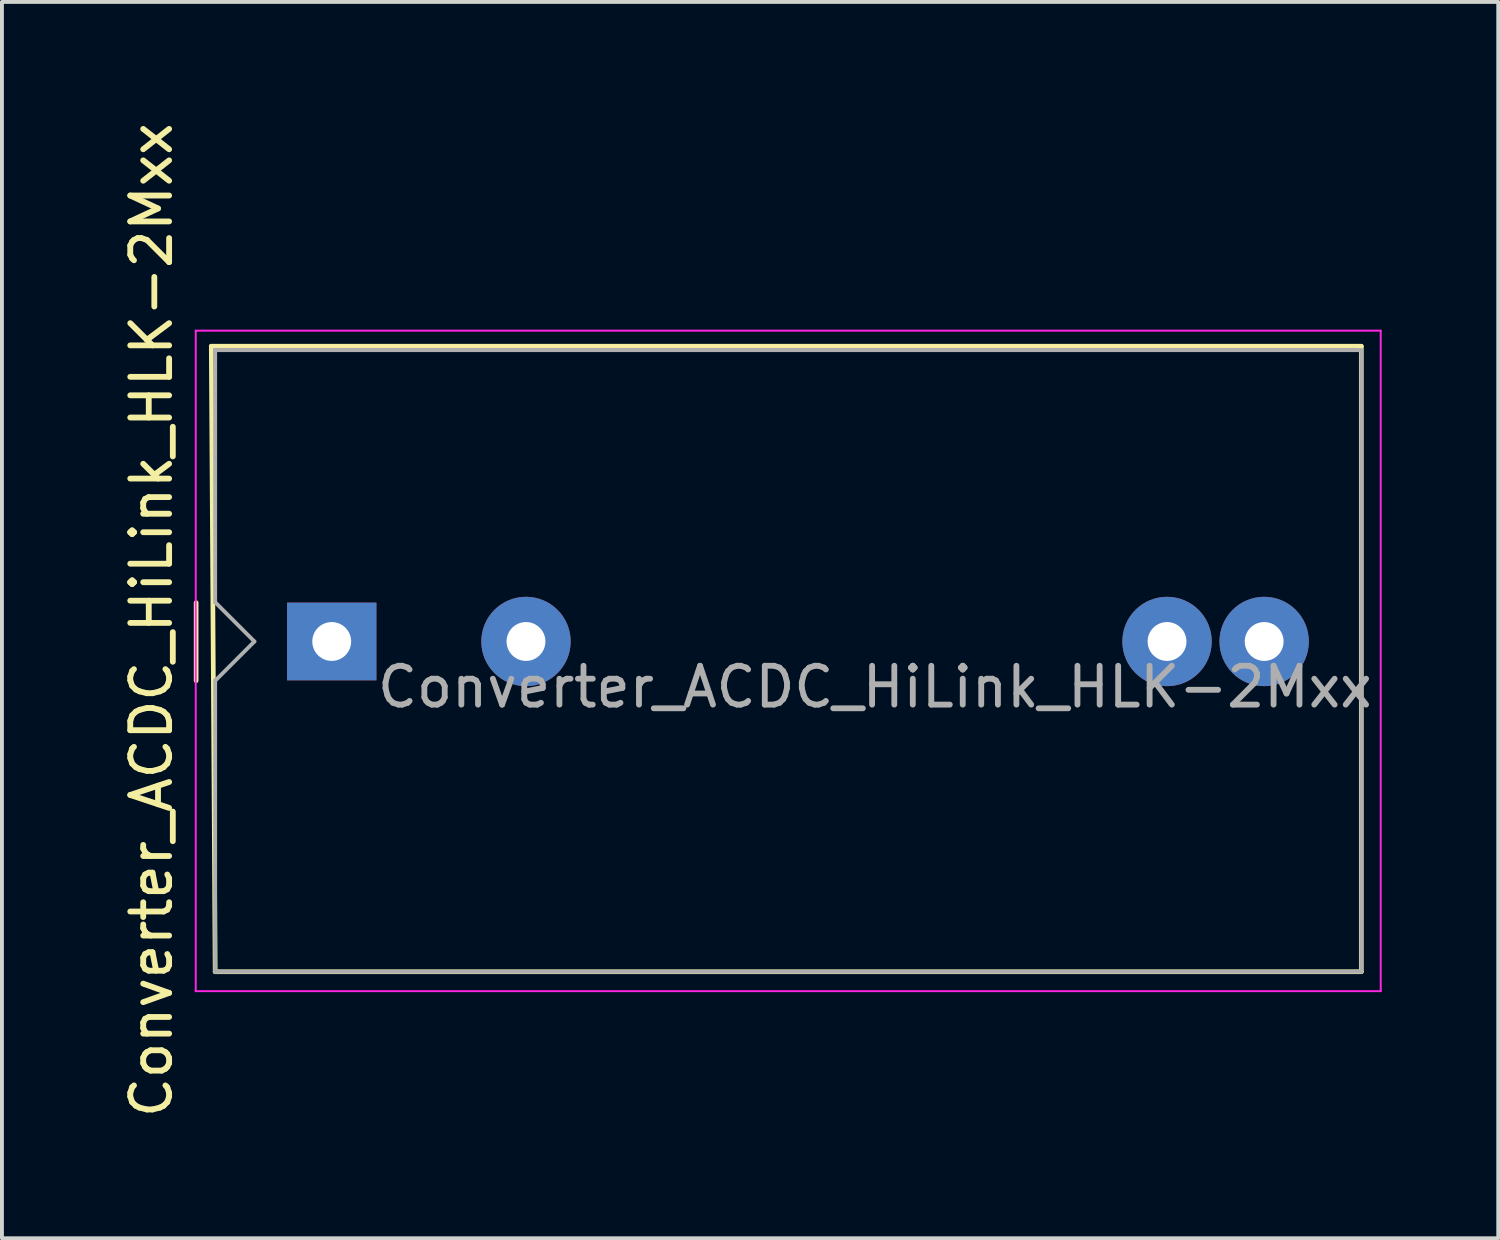
<source format=kicad_pcb>
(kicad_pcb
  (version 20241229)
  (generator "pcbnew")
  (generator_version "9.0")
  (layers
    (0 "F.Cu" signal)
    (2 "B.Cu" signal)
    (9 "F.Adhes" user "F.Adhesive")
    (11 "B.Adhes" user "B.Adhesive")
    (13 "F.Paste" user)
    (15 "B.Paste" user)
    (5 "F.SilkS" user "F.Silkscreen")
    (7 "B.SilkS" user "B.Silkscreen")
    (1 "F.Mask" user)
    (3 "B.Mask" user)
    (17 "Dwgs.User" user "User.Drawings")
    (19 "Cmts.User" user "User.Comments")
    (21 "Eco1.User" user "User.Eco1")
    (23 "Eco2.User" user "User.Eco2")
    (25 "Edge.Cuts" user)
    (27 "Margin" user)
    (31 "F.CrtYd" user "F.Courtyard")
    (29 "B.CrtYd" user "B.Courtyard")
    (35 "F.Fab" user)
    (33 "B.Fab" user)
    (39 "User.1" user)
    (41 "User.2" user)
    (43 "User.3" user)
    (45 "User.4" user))
  (footprint "Converter_ACDC_HiLink_HLK-2Mxx"
    (layer "F.Cu")
    (at 4.788 13.461)
    (property "Reference" "Converter_ACDC_HiLink_HLK-2Mxx" (at -3.94 -0.55 90) (layer "F.SilkS") (effects (font (size 1 1) (thickness 0.15))))
    (attr through_hole)
    (fp_line (start -2.79 -1) (end -2.79 1.01) (stroke (width 0.12) (type solid)) (layer "F.SilkS"))
    (fp_line (start -2.4 -7.6) (end -2.3 8.5) (stroke (width 0.12) (type solid)) (layer "F.SilkS"))
    (fp_line (start -2.3 8.5) (end 27.2 8.5) (stroke (width 0.12) (type solid)) (layer "F.SilkS"))
    (fp_line (start 27.2 -7.6) (end -2.4 -7.6) (stroke (width 0.12) (type solid)) (layer "F.SilkS"))
    (fp_line (start 27.2 8.5) (end 27.2 -7.6) (stroke (width 0.12) (type solid)) (layer "F.SilkS"))
    (fp_line (start -2.8 -8) (end -2.8 9) (stroke (width 0.05) (type solid)) (layer "F.CrtYd"))
    (fp_line (start -2.8 9) (end 27.7 9) (stroke (width 0.05) (type solid)) (layer "F.CrtYd"))
    (fp_line (start 27.7 -8) (end -2.8 -8) (stroke (width 0.05) (type solid)) (layer "F.CrtYd"))
    (fp_line (start 27.7 9) (end 27.7 -8) (stroke (width 0.05) (type solid)) (layer "F.CrtYd"))
    (fp_line (start -2.3 -7.5) (end 27.2 -7.5) (stroke (width 0.1) (type solid)) (layer "F.Fab"))
    (fp_line (start -2.3 -1) (end -2.3 -7.5) (stroke (width 0.1) (type solid)) (layer "F.Fab"))
    (fp_line (start -2.3 8.5) (end -2.3 0.99) (stroke (width 0.1) (type solid)) (layer "F.Fab"))
    (fp_line (start -2.3 8.5) (end 27.2 8.5) (stroke (width 0.1) (type solid)) (layer "F.Fab"))
    (fp_line (start -2.29 -1) (end -1.29 0) (stroke (width 0.1) (type solid)) (layer "F.Fab"))
    (fp_line (start -1.29 0) (end -2.29 1) (stroke (width 0.1) (type solid)) (layer "F.Fab"))
    (fp_line (start 27.2 8.5) (end 27.2 -7.5) (stroke (width 0.1) (type solid)) (layer "F.Fab"))
    (fp_text user "${REFERENCE}" (at 14.68 1.17 0) (layer "F.Fab") (effects (font (size 1 1) (thickness 0.15))))
    (pad "1" thru_hole rect (at 0.7 0) (size 2.3 2) (drill 1) (layers "*.Cu" "*.Mask"))
    (pad "2" thru_hole circle (at 5.7 0) (size 2.3 2.3) (drill 1) (layers "*.Cu" "*.Mask"))
    (pad "3" thru_hole circle (at 22.2 0) (size 2.3 2.3) (drill 1) (layers "*.Cu" "*.Mask"))
    (pad "4" thru_hole circle (at 24.7 0) (size 2.3 2.3) (drill 1) (layers "*.Cu" "*.Mask")))
  (gr_rect
    (start -3 -3)
    (end 35.513 28.821)
    (stroke (width 0.1) (type default))
    (fill no)
    (layer "Edge.Cuts")))
</source>
